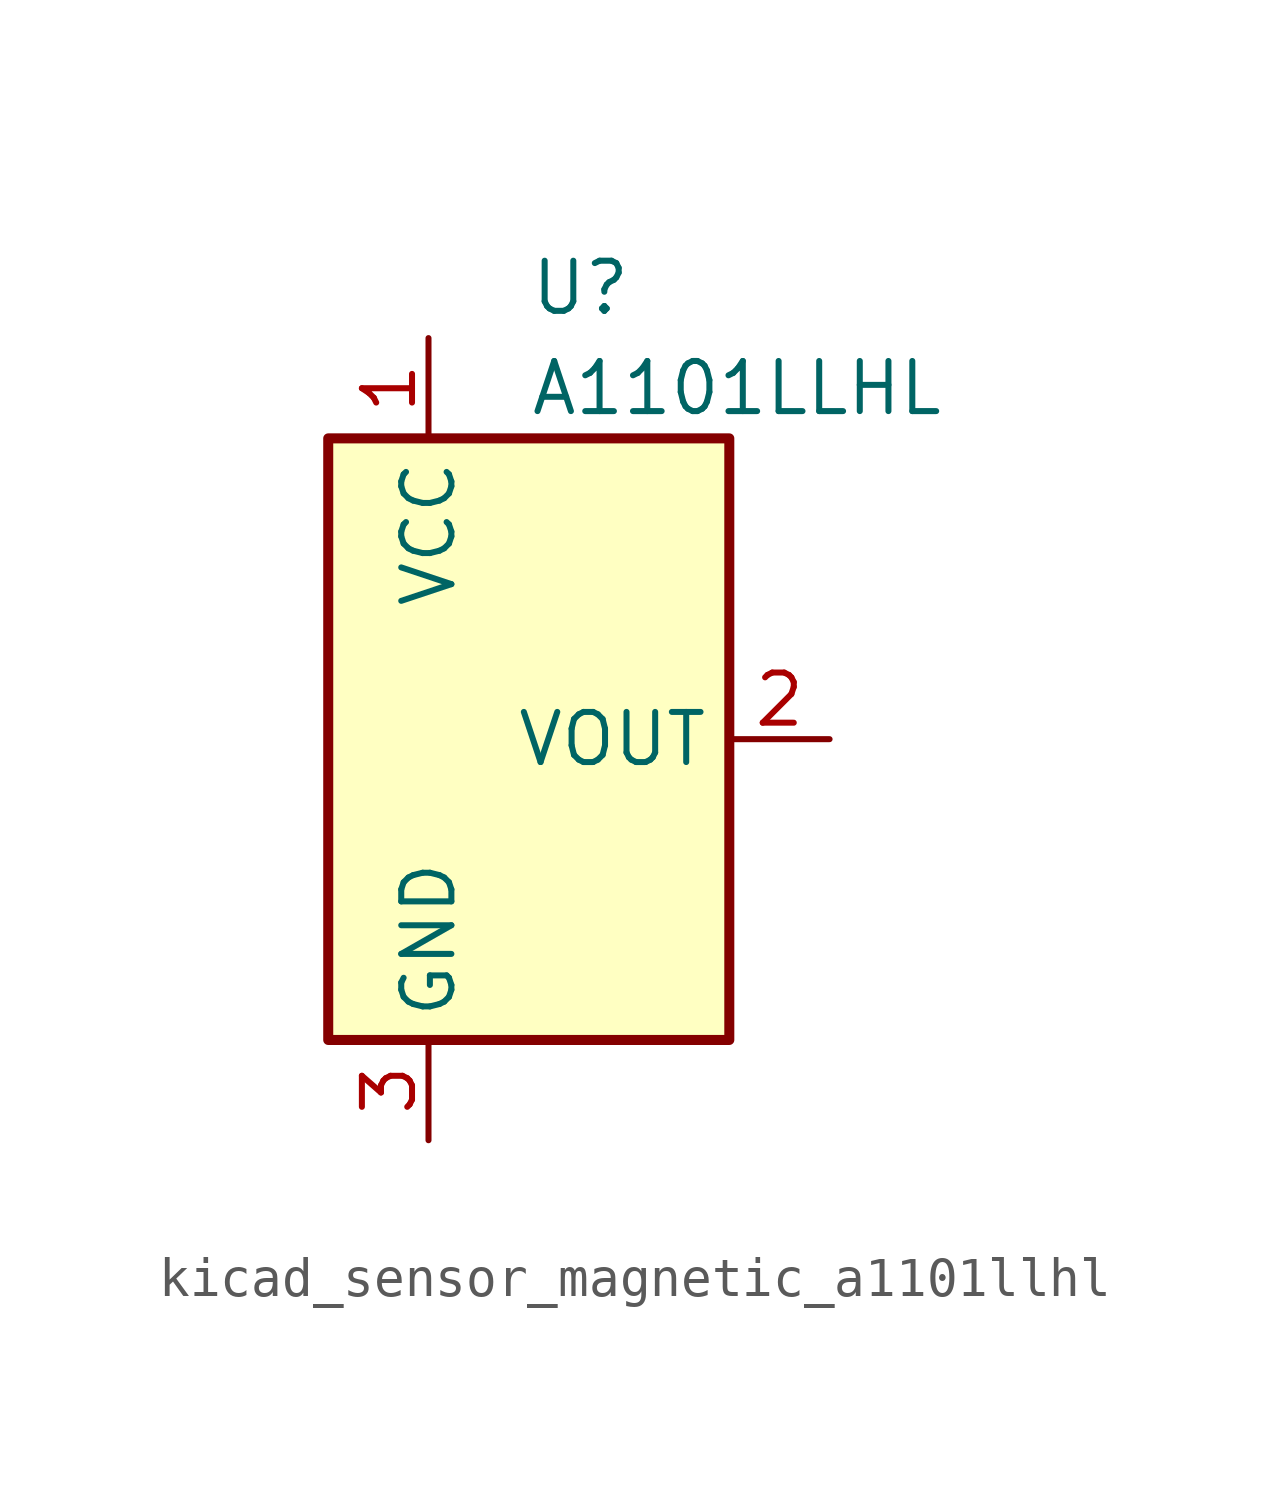
<source format=kicad_sym>
(kicad_symbol_lib
  (version 20220914)
  (generator kicad_symbol_editor)
  (symbol "kicad_sensor_magnetic_a1101llhl"
    (property "Reference" "U"
      (at 0 11.43 0)
      (effects (font (size 1.27 1.27)) (justify left)))
    (property "Value" "A1101LLHL"
      (at 0 8.89 0)
      (effects (font (size 1.27 1.27)) (justify left)))
    (symbol "kicad_sensor_magnetic_a1101llhl_0_1"
      (rectangle (start -5.08 7.62) (end 5.08 -7.62) (stroke (width 0.254) (type default)) (fill (type background))))
    (symbol "kicad_sensor_magnetic_a1101llhl_1_1"
      (pin power_in line (at -2.54 10.16 270) (length 2.54) (name "VCC" (effects (font (size 1.27 1.27)))) (number "1" (effects (font (size 1.27 1.27)))))
      (pin open_collector line (at 7.62 0 180) (length 2.54) (name "VOUT" (effects (font (size 1.27 1.27)))) (number "2" (effects (font (size 1.27 1.27)))))
      (pin power_in line (at -2.54 -10.16 90) (length 2.54) (name "GND" (effects (font (size 1.27 1.27)))) (number "3" (effects (font (size 1.27 1.27))))))))
</source>
